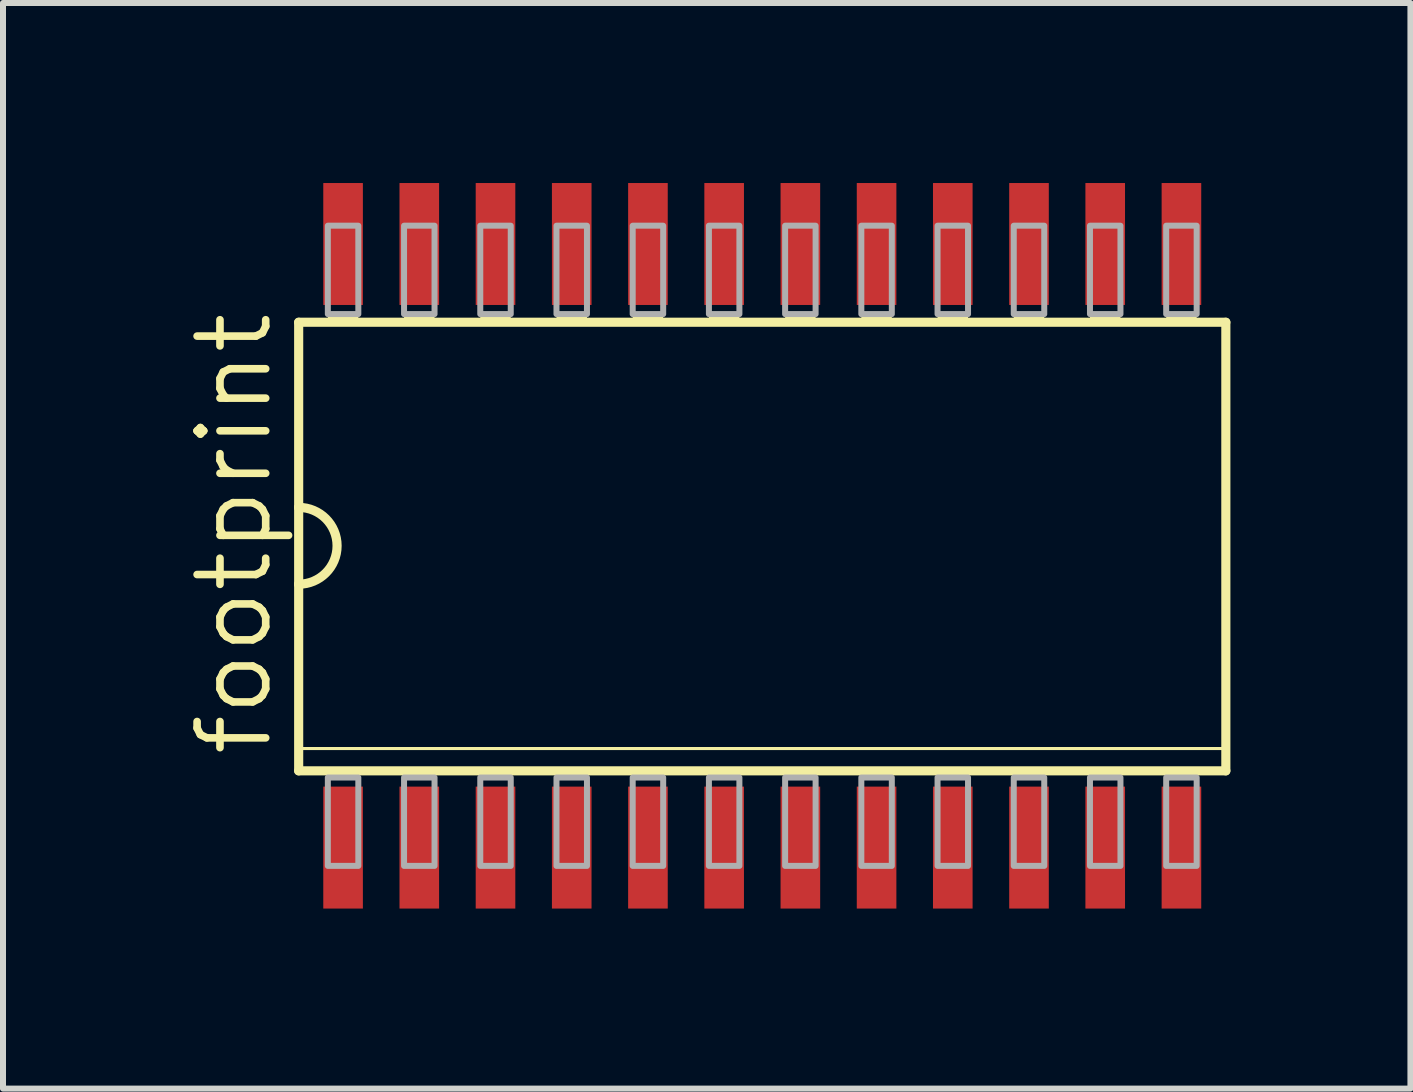
<source format=kicad_pcb>
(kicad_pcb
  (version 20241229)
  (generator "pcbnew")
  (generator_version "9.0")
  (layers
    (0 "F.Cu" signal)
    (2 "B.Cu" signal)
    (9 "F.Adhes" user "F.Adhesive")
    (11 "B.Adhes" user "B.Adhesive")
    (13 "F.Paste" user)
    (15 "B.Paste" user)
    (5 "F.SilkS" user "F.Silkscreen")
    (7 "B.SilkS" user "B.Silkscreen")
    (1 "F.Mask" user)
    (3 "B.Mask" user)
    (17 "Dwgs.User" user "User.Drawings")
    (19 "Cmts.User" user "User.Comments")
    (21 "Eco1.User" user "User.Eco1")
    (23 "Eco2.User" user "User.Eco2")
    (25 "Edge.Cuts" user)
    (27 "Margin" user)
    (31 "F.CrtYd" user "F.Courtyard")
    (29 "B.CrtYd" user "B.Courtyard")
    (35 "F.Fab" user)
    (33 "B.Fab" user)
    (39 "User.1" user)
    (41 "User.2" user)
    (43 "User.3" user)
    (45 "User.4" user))
  (footprint "footprint"
    (layer "F.Cu")
    (at 9.652 6.045)
    (property "Reference" "footprint" (at -8.128 3.556 90) (layer "F.SilkS") (effects (font (size 1.143 1.143) (thickness 0.127)) (justify left bottom)))
    (fp_line (start -7.747 3.378) (end 7.747 3.378) (stroke (width 0.051) (type solid)) (layer "F.SilkS"))
    (fp_line (start -7.725 -3.725) (end -7.725 -0.64) (stroke (width 0.152) (type solid)) (layer "F.SilkS"))
    (fp_line (start -7.725 -0.64) (end -7.725 0.64) (stroke (width 0.152) (type solid)) (layer "F.SilkS"))
    (fp_line (start -7.725 0.64) (end -7.725 3.75) (stroke (width 0.152) (type solid)) (layer "F.SilkS"))
    (fp_line (start -7.725 3.75) (end 7.725 3.75) (stroke (width 0.152) (type solid)) (layer "F.SilkS"))
    (fp_line (start 7.725 -3.725) (end -7.725 -3.725) (stroke (width 0.152) (type solid)) (layer "F.SilkS"))
    (fp_line (start 7.725 3.75) (end 7.725 -3.725) (stroke (width 0.152) (type solid)) (layer "F.SilkS"))
    (fp_arc (start -7.725 -0.64) (mid -7.085 0) (end -7.725 0.64) (stroke (width 0.1524) (type solid)) (layer "F.SilkS"))
    (fp_poly (pts (xy -7.239 -3.734) (xy -6.731 -3.734) (xy -6.731 -3.861) (xy -7.239 -3.861)) (stroke (width 0) (type solid)) (fill yes) (layer "F.SilkS"))
    (fp_poly (pts (xy -7.239 3.861) (xy -6.731 3.861) (xy -6.731 3.734) (xy -7.239 3.734)) (stroke (width 0) (type solid)) (fill yes) (layer "F.SilkS"))
    (fp_poly (pts (xy -5.969 -3.734) (xy -5.461 -3.734) (xy -5.461 -3.861) (xy -5.969 -3.861)) (stroke (width 0) (type solid)) (fill yes) (layer "F.SilkS"))
    (fp_poly (pts (xy -5.969 3.861) (xy -5.461 3.861) (xy -5.461 3.734) (xy -5.969 3.734)) (stroke (width 0) (type solid)) (fill yes) (layer "F.SilkS"))
    (fp_poly (pts (xy -4.699 -3.734) (xy -4.191 -3.734) (xy -4.191 -3.861) (xy -4.699 -3.861)) (stroke (width 0) (type solid)) (fill yes) (layer "F.SilkS"))
    (fp_poly (pts (xy -4.699 3.861) (xy -4.191 3.861) (xy -4.191 3.734) (xy -4.699 3.734)) (stroke (width 0) (type solid)) (fill yes) (layer "F.SilkS"))
    (fp_poly (pts (xy -3.429 -3.734) (xy -2.921 -3.734) (xy -2.921 -3.861) (xy -3.429 -3.861)) (stroke (width 0) (type solid)) (fill yes) (layer "F.SilkS"))
    (fp_poly (pts (xy -3.429 3.861) (xy -2.921 3.861) (xy -2.921 3.734) (xy -3.429 3.734)) (stroke (width 0) (type solid)) (fill yes) (layer "F.SilkS"))
    (fp_poly (pts (xy -2.159 -3.734) (xy -1.651 -3.734) (xy -1.651 -3.861) (xy -2.159 -3.861)) (stroke (width 0) (type solid)) (fill yes) (layer "F.SilkS"))
    (fp_poly (pts (xy -2.159 3.861) (xy -1.651 3.861) (xy -1.651 3.734) (xy -2.159 3.734)) (stroke (width 0) (type solid)) (fill yes) (layer "F.SilkS"))
    (fp_poly (pts (xy -0.889 -3.734) (xy -0.381 -3.734) (xy -0.381 -3.861) (xy -0.889 -3.861)) (stroke (width 0) (type solid)) (fill yes) (layer "F.SilkS"))
    (fp_poly (pts (xy -0.889 3.861) (xy -0.381 3.861) (xy -0.381 3.734) (xy -0.889 3.734)) (stroke (width 0) (type solid)) (fill yes) (layer "F.SilkS"))
    (fp_poly (pts (xy 0.381 -3.734) (xy 0.889 -3.734) (xy 0.889 -3.861) (xy 0.381 -3.861)) (stroke (width 0) (type solid)) (fill yes) (layer "F.SilkS"))
    (fp_poly (pts (xy 0.381 3.861) (xy 0.889 3.861) (xy 0.889 3.734) (xy 0.381 3.734)) (stroke (width 0) (type solid)) (fill yes) (layer "F.SilkS"))
    (fp_poly (pts (xy 1.651 -3.734) (xy 2.159 -3.734) (xy 2.159 -3.861) (xy 1.651 -3.861)) (stroke (width 0) (type solid)) (fill yes) (layer "F.SilkS"))
    (fp_poly (pts (xy 1.651 3.861) (xy 2.159 3.861) (xy 2.159 3.734) (xy 1.651 3.734)) (stroke (width 0) (type solid)) (fill yes) (layer "F.SilkS"))
    (fp_poly (pts (xy 2.921 -3.734) (xy 3.429 -3.734) (xy 3.429 -3.861) (xy 2.921 -3.861)) (stroke (width 0) (type solid)) (fill yes) (layer "F.SilkS"))
    (fp_poly (pts (xy 2.921 3.861) (xy 3.429 3.861) (xy 3.429 3.734) (xy 2.921 3.734)) (stroke (width 0) (type solid)) (fill yes) (layer "F.SilkS"))
    (fp_poly (pts (xy 4.191 -3.734) (xy 4.699 -3.734) (xy 4.699 -3.861) (xy 4.191 -3.861)) (stroke (width 0) (type solid)) (fill yes) (layer "F.SilkS"))
    (fp_poly (pts (xy 4.191 3.861) (xy 4.699 3.861) (xy 4.699 3.734) (xy 4.191 3.734)) (stroke (width 0) (type solid)) (fill yes) (layer "F.SilkS"))
    (fp_poly (pts (xy 5.461 -3.734) (xy 5.969 -3.734) (xy 5.969 -3.861) (xy 5.461 -3.861)) (stroke (width 0) (type solid)) (fill yes) (layer "F.SilkS"))
    (fp_poly (pts (xy 5.461 3.861) (xy 5.969 3.861) (xy 5.969 3.734) (xy 5.461 3.734)) (stroke (width 0) (type solid)) (fill yes) (layer "F.SilkS"))
    (fp_poly (pts (xy 6.731 -3.734) (xy 7.239 -3.734) (xy 7.239 -3.861) (xy 6.731 -3.861)) (stroke (width 0) (type solid)) (fill yes) (layer "F.SilkS"))
    (fp_poly (pts (xy 6.731 3.861) (xy 7.239 3.861) (xy 7.239 3.734) (xy 6.731 3.734)) (stroke (width 0) (type solid)) (fill yes) (layer "F.SilkS"))
    (fp_poly (pts (xy -7.239 -3.861) (xy -6.731 -3.861) (xy -6.731 -5.334) (xy -7.239 -5.334)) (stroke (width 0.1) (type solid)) (fill no) (layer "F.Fab"))
    (fp_poly (pts (xy -7.239 5.334) (xy -6.731 5.334) (xy -6.731 3.861) (xy -7.239 3.861)) (stroke (width 0.1) (type solid)) (fill no) (layer "F.Fab"))
    (fp_poly (pts (xy -5.969 -3.861) (xy -5.461 -3.861) (xy -5.461 -5.334) (xy -5.969 -5.334)) (stroke (width 0.1) (type solid)) (fill no) (layer "F.Fab"))
    (fp_poly (pts (xy -5.969 5.334) (xy -5.461 5.334) (xy -5.461 3.861) (xy -5.969 3.861)) (stroke (width 0.1) (type solid)) (fill no) (layer "F.Fab"))
    (fp_poly (pts (xy -4.699 -3.861) (xy -4.191 -3.861) (xy -4.191 -5.334) (xy -4.699 -5.334)) (stroke (width 0.1) (type solid)) (fill no) (layer "F.Fab"))
    (fp_poly (pts (xy -4.699 5.334) (xy -4.191 5.334) (xy -4.191 3.861) (xy -4.699 3.861)) (stroke (width 0.1) (type solid)) (fill no) (layer "F.Fab"))
    (fp_poly (pts (xy -3.429 -3.861) (xy -2.921 -3.861) (xy -2.921 -5.334) (xy -3.429 -5.334)) (stroke (width 0.1) (type solid)) (fill no) (layer "F.Fab"))
    (fp_poly (pts (xy -3.429 5.334) (xy -2.921 5.334) (xy -2.921 3.861) (xy -3.429 3.861)) (stroke (width 0.1) (type solid)) (fill no) (layer "F.Fab"))
    (fp_poly (pts (xy -2.159 -3.861) (xy -1.651 -3.861) (xy -1.651 -5.334) (xy -2.159 -5.334)) (stroke (width 0.1) (type solid)) (fill no) (layer "F.Fab"))
    (fp_poly (pts (xy -2.159 5.334) (xy -1.651 5.334) (xy -1.651 3.861) (xy -2.159 3.861)) (stroke (width 0.1) (type solid)) (fill no) (layer "F.Fab"))
    (fp_poly (pts (xy -0.889 -3.861) (xy -0.381 -3.861) (xy -0.381 -5.334) (xy -0.889 -5.334)) (stroke (width 0.1) (type solid)) (fill no) (layer "F.Fab"))
    (fp_poly (pts (xy -0.889 5.334) (xy -0.381 5.334) (xy -0.381 3.861) (xy -0.889 3.861)) (stroke (width 0.1) (type solid)) (fill no) (layer "F.Fab"))
    (fp_poly (pts (xy 0.381 -3.861) (xy 0.889 -3.861) (xy 0.889 -5.334) (xy 0.381 -5.334)) (stroke (width 0.1) (type solid)) (fill no) (layer "F.Fab"))
    (fp_poly (pts (xy 0.381 5.334) (xy 0.889 5.334) (xy 0.889 3.861) (xy 0.381 3.861)) (stroke (width 0.1) (type solid)) (fill no) (layer "F.Fab"))
    (fp_poly (pts (xy 1.651 -3.861) (xy 2.159 -3.861) (xy 2.159 -5.334) (xy 1.651 -5.334)) (stroke (width 0.1) (type solid)) (fill no) (layer "F.Fab"))
    (fp_poly (pts (xy 1.651 5.334) (xy 2.159 5.334) (xy 2.159 3.861) (xy 1.651 3.861)) (stroke (width 0.1) (type solid)) (fill no) (layer "F.Fab"))
    (fp_poly (pts (xy 2.921 -3.861) (xy 3.429 -3.861) (xy 3.429 -5.334) (xy 2.921 -5.334)) (stroke (width 0.1) (type solid)) (fill no) (layer "F.Fab"))
    (fp_poly (pts (xy 2.921 5.334) (xy 3.429 5.334) (xy 3.429 3.861) (xy 2.921 3.861)) (stroke (width 0.1) (type solid)) (fill no) (layer "F.Fab"))
    (fp_poly (pts (xy 4.191 -3.861) (xy 4.699 -3.861) (xy 4.699 -5.334) (xy 4.191 -5.334)) (stroke (width 0.1) (type solid)) (fill no) (layer "F.Fab"))
    (fp_poly (pts (xy 4.191 5.334) (xy 4.699 5.334) (xy 4.699 3.861) (xy 4.191 3.861)) (stroke (width 0.1) (type solid)) (fill no) (layer "F.Fab"))
    (fp_poly (pts (xy 5.461 -3.861) (xy 5.969 -3.861) (xy 5.969 -5.334) (xy 5.461 -5.334)) (stroke (width 0.1) (type solid)) (fill no) (layer "F.Fab"))
    (fp_poly (pts (xy 5.461 5.334) (xy 5.969 5.334) (xy 5.969 3.861) (xy 5.461 3.861)) (stroke (width 0.1) (type solid)) (fill no) (layer "F.Fab"))
    (fp_poly (pts (xy 6.731 -3.861) (xy 7.239 -3.861) (xy 7.239 -5.334) (xy 6.731 -5.334)) (stroke (width 0.1) (type solid)) (fill no) (layer "F.Fab"))
    (fp_poly (pts (xy 6.731 5.334) (xy 7.239 5.334) (xy 7.239 3.861) (xy 6.731 3.861)) (stroke (width 0.1) (type solid)) (fill no) (layer "F.Fab"))
    (pad "1" smd rect (at -6.985 5.029) (size 0.66 2.032) (layers "F.Cu" "F.Mask" "F.Paste"))
    (pad "2" smd rect (at -5.715 5.029) (size 0.66 2.032) (layers "F.Cu" "F.Mask" "F.Paste"))
    (pad "3" smd rect (at -4.445 5.029) (size 0.66 2.032) (layers "F.Cu" "F.Mask" "F.Paste"))
    (pad "4" smd rect (at -3.175 5.029) (size 0.66 2.032) (layers "F.Cu" "F.Mask" "F.Paste"))
    (pad "5" smd rect (at -1.905 5.029) (size 0.66 2.032) (layers "F.Cu" "F.Mask" "F.Paste"))
    (pad "6" smd rect (at -0.635 5.029) (size 0.66 2.032) (layers "F.Cu" "F.Mask" "F.Paste"))
    (pad "7" smd rect (at 0.635 5.029) (size 0.66 2.032) (layers "F.Cu" "F.Mask" "F.Paste"))
    (pad "8" smd rect (at 1.905 5.029) (size 0.66 2.032) (layers "F.Cu" "F.Mask" "F.Paste"))
    (pad "9" smd rect (at 3.175 5.029) (size 0.66 2.032) (layers "F.Cu" "F.Mask" "F.Paste"))
    (pad "10" smd rect (at 4.445 5.029) (size 0.66 2.032) (layers "F.Cu" "F.Mask" "F.Paste"))
    (pad "11" smd rect (at 5.715 5.029) (size 0.66 2.032) (layers "F.Cu" "F.Mask" "F.Paste"))
    (pad "12" smd rect (at 6.985 5.029) (size 0.66 2.032) (layers "F.Cu" "F.Mask" "F.Paste"))
    (pad "13" smd rect (at 6.985 -5.029) (size 0.66 2.032) (layers "F.Cu" "F.Mask" "F.Paste"))
    (pad "14" smd rect (at 5.715 -5.029) (size 0.66 2.032) (layers "F.Cu" "F.Mask" "F.Paste"))
    (pad "15" smd rect (at 4.445 -5.029) (size 0.66 2.032) (layers "F.Cu" "F.Mask" "F.Paste"))
    (pad "16" smd rect (at 3.175 -5.029) (size 0.66 2.032) (layers "F.Cu" "F.Mask" "F.Paste"))
    (pad "17" smd rect (at 1.905 -5.029) (size 0.66 2.032) (layers "F.Cu" "F.Mask" "F.Paste"))
    (pad "18" smd rect (at 0.635 -5.029) (size 0.66 2.032) (layers "F.Cu" "F.Mask" "F.Paste"))
    (pad "19" smd rect (at -0.635 -5.029) (size 0.66 2.032) (layers "F.Cu" "F.Mask" "F.Paste"))
    (pad "20" smd rect (at -1.905 -5.029) (size 0.66 2.032) (layers "F.Cu" "F.Mask" "F.Paste"))
    (pad "21" smd rect (at -3.175 -5.029) (size 0.66 2.032) (layers "F.Cu" "F.Mask" "F.Paste"))
    (pad "22" smd rect (at -4.445 -5.029) (size 0.66 2.032) (layers "F.Cu" "F.Mask" "F.Paste"))
    (pad "23" smd rect (at -5.715 -5.029) (size 0.66 2.032) (layers "F.Cu" "F.Mask" "F.Paste"))
    (pad "24" smd rect (at -6.985 -5.029) (size 0.66 2.032) (layers "F.Cu" "F.Mask" "F.Paste")))
  (gr_rect
    (start -3 -3)
    (end 20.453 15.09)
    (stroke (width 0.1) (type default))
    (fill no)
    (layer "Edge.Cuts")))
</source>
